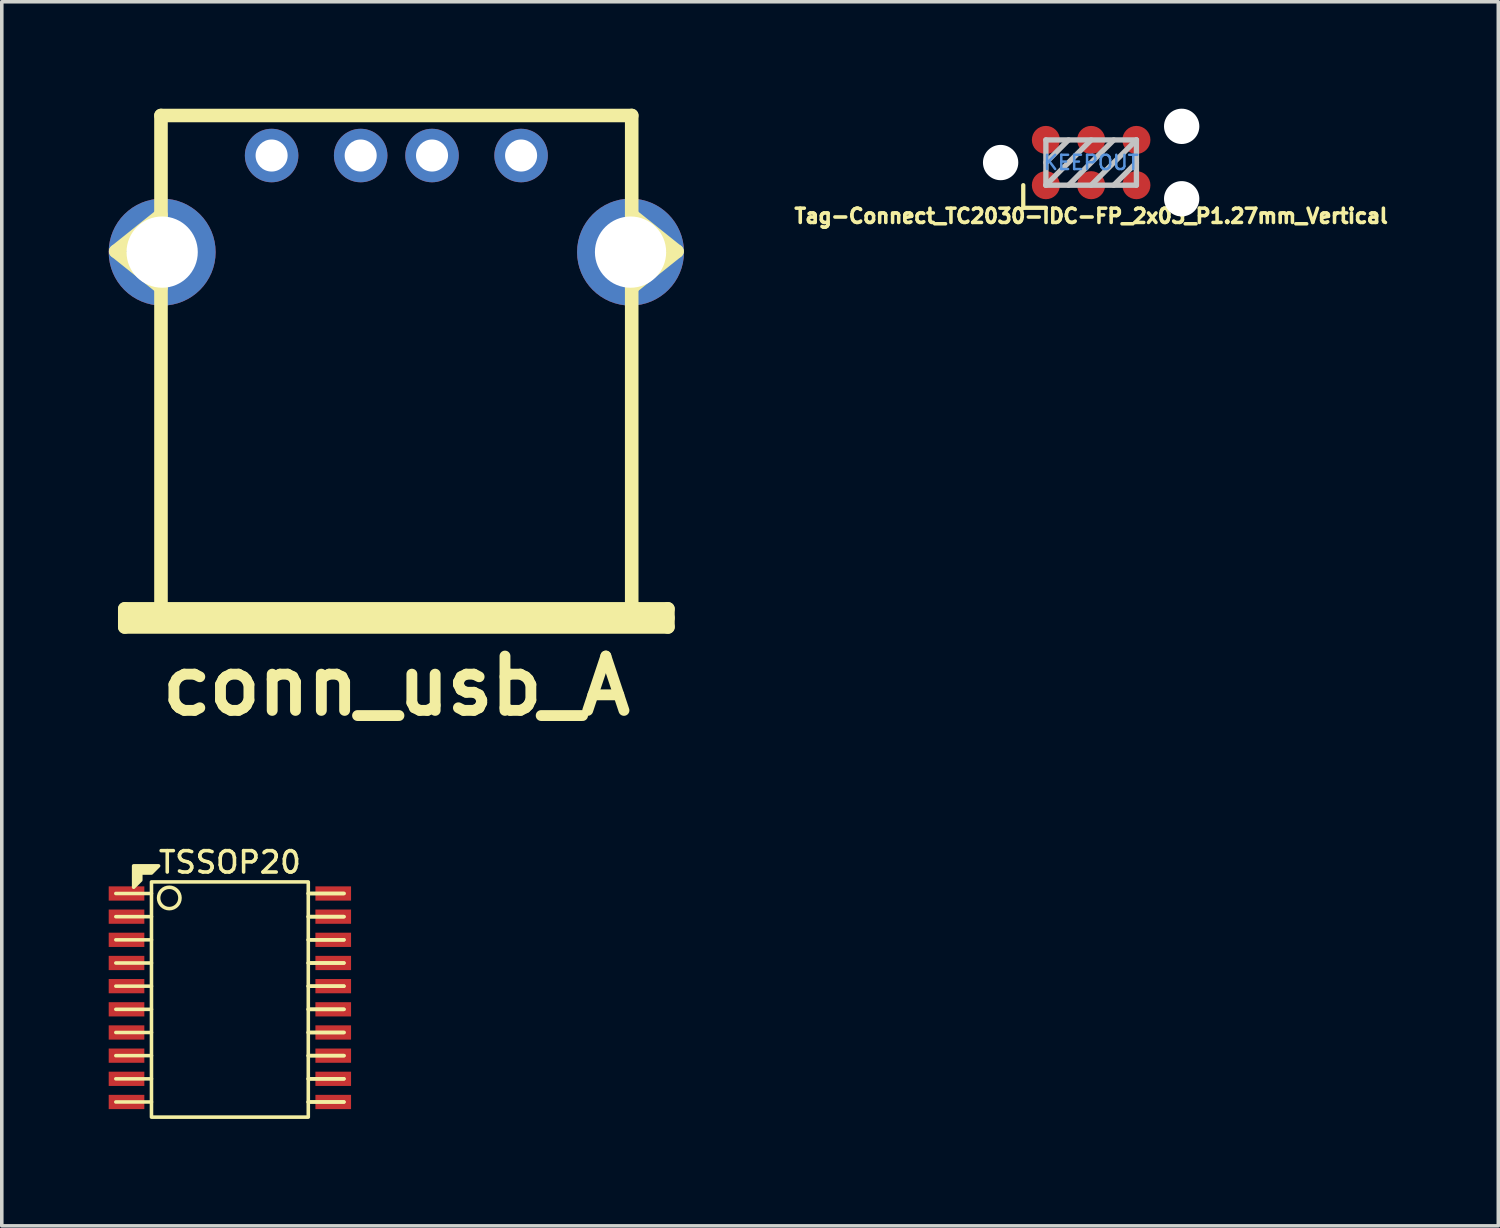
<source format=kicad_pcb>
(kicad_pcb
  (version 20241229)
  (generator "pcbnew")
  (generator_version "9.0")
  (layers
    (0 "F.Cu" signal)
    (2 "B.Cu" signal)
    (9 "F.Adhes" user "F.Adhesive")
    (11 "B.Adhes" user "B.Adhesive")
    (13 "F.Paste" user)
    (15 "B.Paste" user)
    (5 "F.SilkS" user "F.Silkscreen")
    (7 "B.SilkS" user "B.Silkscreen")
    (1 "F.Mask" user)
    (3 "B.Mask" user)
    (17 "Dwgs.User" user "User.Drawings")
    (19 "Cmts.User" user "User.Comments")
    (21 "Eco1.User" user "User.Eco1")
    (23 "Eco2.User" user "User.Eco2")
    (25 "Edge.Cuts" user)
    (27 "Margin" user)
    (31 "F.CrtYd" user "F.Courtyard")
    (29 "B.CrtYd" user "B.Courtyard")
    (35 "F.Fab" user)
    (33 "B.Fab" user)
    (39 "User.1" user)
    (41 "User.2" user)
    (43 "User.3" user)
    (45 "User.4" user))
  (footprint "Tag-Connect_TC2030-IDC-FP_2x03_P1.27mm_Vertical"
    (layer "F.Cu")
    (at 27.566 1.511)
    (property "Reference" "Tag-Connect_TC2030-IDC-FP_2x03_P1.27mm_Vertical" (at 0 1.5 0) (layer "F.SilkS") (effects (font (size 0.4 0.4) (thickness 0.1))))
    (attr exclude_from_pos_files)
    (fp_line (start -1.905 1.27) (end -1.905 0.635) (stroke (width 0.12) (type solid)) (layer "F.SilkS"))
    (fp_line (start -1.27 1.27) (end -1.905 1.27) (stroke (width 0.12) (type solid)) (layer "F.SilkS"))
    (fp_line (start -1.27 -0.635) (end 1.27 -0.635) (stroke (width 0.15) (type solid)) (layer "Dwgs.User"))
    (fp_line (start -1.27 0) (end -0.635 -0.635) (stroke (width 0.15) (type solid)) (layer "Dwgs.User"))
    (fp_line (start -1.27 0.635) (end -1.27 -0.635) (stroke (width 0.15) (type solid)) (layer "Dwgs.User"))
    (fp_line (start -1.27 0.635) (end 0 -0.635) (stroke (width 0.15) (type solid)) (layer "Dwgs.User"))
    (fp_line (start -0.635 0.635) (end 0.635 -0.635) (stroke (width 0.15) (type solid)) (layer "Dwgs.User"))
    (fp_line (start 0 0.635) (end 1.27 -0.635) (stroke (width 0.15) (type solid)) (layer "Dwgs.User"))
    (fp_line (start 0.635 0.635) (end 1.27 0) (stroke (width 0.15) (type solid)) (layer "Dwgs.User"))
    (fp_line (start 1.27 -0.635) (end 1.27 0.635) (stroke (width 0.15) (type solid)) (layer "Dwgs.User"))
    (fp_line (start 1.27 0.635) (end -1.27 0.635) (stroke (width 0.15) (type solid)) (layer "Dwgs.User"))
    (fp_text user "KEEPOUT" (at 0 0 0) (layer "Cmts.User") (effects (font (size 0.4 0.4) (thickness 0.07))))
    (pad "" np_thru_hole circle (at -2.54 0) (size 0.991 0.991) (drill 0.991) (layers "*.Cu" "*.Mask"))
    (pad "" np_thru_hole circle (at 2.54 -1.016) (size 0.991 0.991) (drill 0.991) (layers "*.Cu" "*.Mask"))
    (pad "" np_thru_hole circle (at 2.54 1.016) (size 0.991 0.991) (drill 0.991) (layers "*.Cu" "*.Mask"))
    (pad "1" connect circle (at -1.27 0.635) (size 0.787 0.787) (layers "F.Cu" "F.Mask"))
    (pad "2" connect circle (at -1.27 -0.635) (size 0.787 0.787) (layers "F.Cu" "F.Mask"))
    (pad "3" connect circle (at 0 0.635) (size 0.787 0.787) (layers "F.Cu" "F.Mask"))
    (pad "4" connect circle (at 0 -0.635) (size 0.787 0.787) (layers "F.Cu" "F.Mask"))
    (pad "5" connect circle (at 1.27 0.635) (size 0.787 0.787) (layers "F.Cu" "F.Mask"))
    (pad "6" connect circle (at 1.27 -0.635) (size 0.787 0.787) (layers "F.Cu" "F.Mask")))
  (footprint "TSSOP20"
    (layer "F.Cu")
    (at 3.4 24.945)
    (property "Reference" "TSSOP20" (at 0 -3.8 0) (layer "F.SilkS") (effects (font (size 0.6 0.6) (thickness 0.1))))
    (attr smd)
    (fp_line (start -3.2 -2.925) (end -2.2 -2.925) (stroke (width 0.1) (type solid)) (layer "F.SilkS"))
    (fp_line (start -3.2 -2.275) (end -2.2 -2.275) (stroke (width 0.1) (type solid)) (layer "F.SilkS"))
    (fp_line (start -3.2 -1.625) (end -2.2 -1.625) (stroke (width 0.1) (type solid)) (layer "F.SilkS"))
    (fp_line (start -3.2 -0.975) (end -2.2 -0.975) (stroke (width 0.1) (type solid)) (layer "F.SilkS"))
    (fp_line (start -3.2 -0.325) (end -2.2 -0.325) (stroke (width 0.1) (type solid)) (layer "F.SilkS"))
    (fp_line (start -3.2 0.325) (end -2.2 0.325) (stroke (width 0.1) (type solid)) (layer "F.SilkS"))
    (fp_line (start -3.2 0.975) (end -2.2 0.975) (stroke (width 0.1) (type solid)) (layer "F.SilkS"))
    (fp_line (start -3.2 1.625) (end -2.2 1.625) (stroke (width 0.1) (type solid)) (layer "F.SilkS"))
    (fp_line (start -3.2 2.275) (end -2.2 2.275) (stroke (width 0.1) (type solid)) (layer "F.SilkS"))
    (fp_line (start -3.2 2.925) (end -2.2 2.925) (stroke (width 0.1) (type solid)) (layer "F.SilkS"))
    (fp_line (start 2.2 -2.925) (end 3.2 -2.925) (stroke (width 0.1) (type solid)) (layer "F.SilkS"))
    (fp_line (start 2.2 -2.925) (end 3.2 -2.925) (stroke (width 0.1) (type solid)) (layer "F.SilkS"))
    (fp_line (start 2.2 -2.275) (end 3.2 -2.275) (stroke (width 0.1) (type solid)) (layer "F.SilkS"))
    (fp_line (start 2.2 -2.275) (end 3.2 -2.275) (stroke (width 0.1) (type solid)) (layer "F.SilkS"))
    (fp_line (start 2.2 -1.625) (end 3.2 -1.625) (stroke (width 0.1) (type solid)) (layer "F.SilkS"))
    (fp_line (start 2.2 -1.625) (end 3.2 -1.625) (stroke (width 0.1) (type solid)) (layer "F.SilkS"))
    (fp_line (start 2.2 -0.975) (end 3.2 -0.975) (stroke (width 0.1) (type solid)) (layer "F.SilkS"))
    (fp_line (start 2.2 -0.975) (end 3.2 -0.975) (stroke (width 0.1) (type solid)) (layer "F.SilkS"))
    (fp_line (start 2.2 -0.325) (end 3.2 -0.325) (stroke (width 0.1) (type solid)) (layer "F.SilkS"))
    (fp_line (start 2.2 -0.325) (end 3.2 -0.325) (stroke (width 0.1) (type solid)) (layer "F.SilkS"))
    (fp_line (start 2.2 0.325) (end 3.2 0.325) (stroke (width 0.1) (type solid)) (layer "F.SilkS"))
    (fp_line (start 2.2 0.325) (end 3.2 0.325) (stroke (width 0.1) (type solid)) (layer "F.SilkS"))
    (fp_line (start 2.2 0.975) (end 3.2 0.975) (stroke (width 0.1) (type solid)) (layer "F.SilkS"))
    (fp_line (start 2.2 0.975) (end 3.2 0.975) (stroke (width 0.1) (type solid)) (layer "F.SilkS"))
    (fp_line (start 2.2 1.625) (end 3.2 1.625) (stroke (width 0.1) (type solid)) (layer "F.SilkS"))
    (fp_line (start 2.2 1.625) (end 3.2 1.625) (stroke (width 0.1) (type solid)) (layer "F.SilkS"))
    (fp_line (start 2.2 2.275) (end 3.2 2.275) (stroke (width 0.1) (type solid)) (layer "F.SilkS"))
    (fp_line (start 2.2 2.275) (end 3.2 2.275) (stroke (width 0.1) (type solid)) (layer "F.SilkS"))
    (fp_line (start 2.2 2.925) (end 3.2 2.925) (stroke (width 0.1) (type solid)) (layer "F.SilkS"))
    (fp_line (start 2.2 2.925) (end 3.2 2.925) (stroke (width 0.1) (type solid)) (layer "F.SilkS"))
    (fp_rect (start -2.2 -3.25) (end 2.2 3.35) (stroke (width 0.1) (type solid)) (fill no) (layer "F.SilkS"))
    (fp_circle (center -1.7 -2.8) (end -1.4 -2.8) (stroke (width 0.1) (type solid)) (fill no) (layer "F.SilkS"))
    (fp_poly (pts (xy -2.2 -3.5) (xy -2.5 -3.5) (xy -2.5 -3.3) (xy -2.7 -3.1) (xy -2.7 -3.7) (xy -2 -3.7)) (stroke (width 0.1) (type solid)) (fill yes) (layer "F.SilkS"))
    (pad "1" smd rect (at -2.9 -2.925) (size 1 0.4) (layers "F.Cu" "F.Mask" "F.Paste"))
    (pad "2" smd rect (at -2.9 -2.275) (size 1 0.4) (layers "F.Cu" "F.Mask" "F.Paste"))
    (pad "3" smd rect (at -2.9 -1.625) (size 1 0.4) (layers "F.Cu" "F.Mask" "F.Paste"))
    (pad "4" smd rect (at -2.9 -0.975) (size 1 0.4) (layers "F.Cu" "F.Mask" "F.Paste"))
    (pad "5" smd rect (at -2.9 -0.325) (size 1 0.4) (layers "F.Cu" "F.Mask" "F.Paste"))
    (pad "6" smd rect (at -2.9 0.325) (size 1 0.4) (layers "F.Cu" "F.Mask" "F.Paste"))
    (pad "7" smd rect (at -2.9 0.975) (size 1 0.4) (layers "F.Cu" "F.Mask" "F.Paste"))
    (pad "8" smd rect (at -2.9 1.625) (size 1 0.4) (layers "F.Cu" "F.Mask" "F.Paste"))
    (pad "9" smd rect (at -2.9 2.275) (size 1 0.4) (layers "F.Cu" "F.Mask" "F.Paste"))
    (pad "10" smd rect (at -2.9 2.925) (size 1 0.4) (layers "F.Cu" "F.Mask" "F.Paste"))
    (pad "11" smd rect (at 2.9 2.925) (size 1 0.4) (layers "F.Cu" "F.Mask" "F.Paste"))
    (pad "12" smd rect (at 2.9 2.275) (size 1 0.4) (layers "F.Cu" "F.Mask" "F.Paste"))
    (pad "13" smd rect (at 2.9 1.625) (size 1 0.4) (layers "F.Cu" "F.Mask" "F.Paste"))
    (pad "14" smd rect (at 2.9 0.975) (size 1 0.4) (layers "F.Cu" "F.Mask" "F.Paste"))
    (pad "15" smd rect (at 2.9 0.325) (size 1 0.4) (layers "F.Cu" "F.Mask" "F.Paste"))
    (pad "16" smd rect (at 2.9 -0.325) (size 1 0.4) (layers "F.Cu" "F.Mask" "F.Paste"))
    (pad "17" smd rect (at 2.9 -0.975) (size 1 0.4) (layers "F.Cu" "F.Mask" "F.Paste"))
    (pad "18" smd rect (at 2.9 -1.625) (size 1 0.4) (layers "F.Cu" "F.Mask" "F.Paste"))
    (pad "19" smd rect (at 2.9 -2.275) (size 1 0.4) (layers "F.Cu" "F.Mask" "F.Paste"))
    (pad "20" smd rect (at 2.9 -2.925) (size 1 0.4) (layers "F.Cu" "F.Mask" "F.Paste")))
  (footprint "conn_usb_A"
    (layer "F.Cu")
    (at 8.071 7.303)
    (property "Reference" "conn_usb_A" (at 0 8.89 180) (layer "F.SilkS") (effects (font (size 1.524 1.524) (thickness 0.305))))
    (attr through_hole)
    (fp_line (start -7.874 -3.302) (end -6.604 -2.286) (stroke (width 0.381) (type solid)) (layer "F.SilkS"))
    (fp_line (start -7.62 6.731) (end -7.62 7.239) (stroke (width 0.381) (type solid)) (layer "F.SilkS"))
    (fp_line (start -7.62 6.731) (end 7.62 6.731) (stroke (width 0.381) (type solid)) (layer "F.SilkS"))
    (fp_line (start -7.62 6.985) (end 7.62 6.985) (stroke (width 0.381) (type solid)) (layer "F.SilkS"))
    (fp_line (start -6.604 -7.112) (end -6.604 7.112) (stroke (width 0.381) (type solid)) (layer "F.SilkS"))
    (fp_line (start -6.604 -4.318) (end -7.874 -3.302) (stroke (width 0.381) (type solid)) (layer "F.SilkS"))
    (fp_line (start 6.604 -7.112) (end -6.604 -7.112) (stroke (width 0.381) (type solid)) (layer "F.SilkS"))
    (fp_line (start 6.604 -4.318) (end 7.874 -3.302) (stroke (width 0.381) (type solid)) (layer "F.SilkS"))
    (fp_line (start 6.604 7.112) (end 6.604 -7.112) (stroke (width 0.381) (type solid)) (layer "F.SilkS"))
    (fp_line (start 7.62 6.731) (end 7.62 7.239) (stroke (width 0.381) (type solid)) (layer "F.SilkS"))
    (fp_line (start 7.62 7.239) (end -7.62 7.239) (stroke (width 0.381) (type solid)) (layer "F.SilkS"))
    (fp_line (start 7.874 -3.302) (end 6.604 -2.286) (stroke (width 0.381) (type solid)) (layer "F.SilkS"))
    (pad "" thru_hole circle (at -6.571 -3.279) (size 3 3) (drill 1.999) (layers "*.Cu" "*.Mask"))
    (pad "" thru_hole circle (at 6.571 -3.279) (size 3 3) (drill 1.999) (layers "*.Cu" "*.Mask"))
    (pad "1" thru_hole circle (at -3.5 -5.989) (size 1.501 1.501) (drill 0.899) (layers "*.Cu" "*.Mask"))
    (pad "2" thru_hole circle (at -1.001 -5.989) (size 1.501 1.501) (drill 0.899) (layers "*.Cu" "*.Mask"))
    (pad "3" thru_hole circle (at 1.001 -5.989) (size 1.501 1.501) (drill 0.899) (layers "*.Cu" "*.Mask"))
    (pad "4" thru_hole circle (at 3.5 -5.989) (size 1.501 1.501) (drill 0.899) (layers "*.Cu" "*.Mask")))
  (gr_rect
    (start -3 -3)
    (end 38.99 31.345)
    (stroke (width 0.1) (type default))
    (fill no)
    (layer "Edge.Cuts")))
</source>
